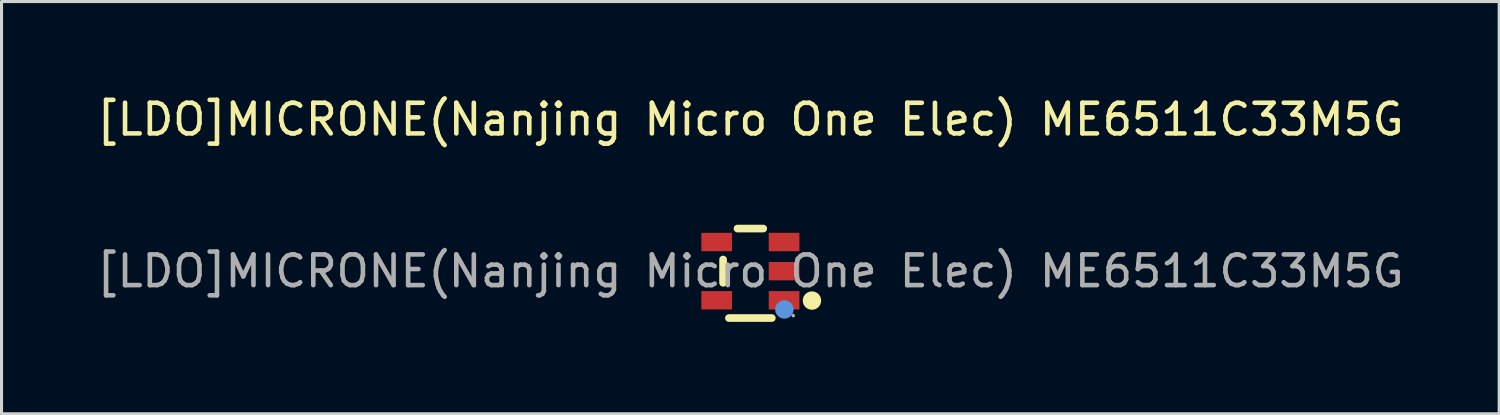
<source format=kicad_pcb>
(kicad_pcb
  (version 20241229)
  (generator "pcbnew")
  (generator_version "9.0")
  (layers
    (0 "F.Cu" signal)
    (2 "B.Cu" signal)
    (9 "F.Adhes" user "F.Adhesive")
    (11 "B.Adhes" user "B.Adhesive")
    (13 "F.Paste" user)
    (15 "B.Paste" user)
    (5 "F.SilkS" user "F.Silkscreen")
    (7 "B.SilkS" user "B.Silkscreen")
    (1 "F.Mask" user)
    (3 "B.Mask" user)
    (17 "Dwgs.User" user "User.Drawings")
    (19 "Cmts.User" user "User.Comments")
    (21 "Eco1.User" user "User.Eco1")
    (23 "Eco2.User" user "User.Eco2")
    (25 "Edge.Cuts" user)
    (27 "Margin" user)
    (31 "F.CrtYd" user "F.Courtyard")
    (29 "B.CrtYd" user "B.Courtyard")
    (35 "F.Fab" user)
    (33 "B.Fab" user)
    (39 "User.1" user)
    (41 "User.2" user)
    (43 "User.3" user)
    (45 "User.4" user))
  (footprint "[LDO]MICRONE(Nanjing Micro One Elec) ME6511C33M5G"
    (layer "F.Cu")
    (at 21.435 5.798)
    (property "Reference" "[LDO]MICRONE(Nanjing Micro One Elec) ME6511C33M5G" (at 0 -4.95 0) (layer "F.SilkS") (effects (font (size 1 1) (thickness 0.15))))
    (attr smd)
    (fp_line (start -0.89 0.38) (end -0.89 -0.38) (stroke (width 0.25) (type solid)) (layer "F.SilkS"))
    (fp_line (start -0.7 1.53) (end 0.7 1.53) (stroke (width 0.25) (type solid)) (layer "F.SilkS"))
    (fp_line (start -0.42 -1.39) (end 0.42 -1.39) (stroke (width 0.25) (type solid)) (layer "F.SilkS"))
    (fp_circle (center 2.01 0.96) (end 2.16 0.96) (stroke (width 0.3) (type solid)) (fill no) (layer "F.SilkS"))
    (fp_circle (center 1.11 1.25) (end 1.26 1.25) (stroke (width 0.3) (type solid)) (fill no) (layer "Cmts.User"))
    (fp_circle (center 1.4 1.45) (end 1.43 1.45) (stroke (width 0.06) (type solid)) (fill no) (layer "F.Fab"))
    (fp_text user "${REFERENCE}" (at 0 0 0) (layer "F.Fab") (effects (font (size 1 1) (thickness 0.15))))
    (pad "1" smd rect (at 1.1 0.95 90) (size 0.6 1) (layers "F.Cu" "F.Mask" "F.Paste"))
    (pad "2" smd rect (at 1.1 0 90) (size 0.6 1) (layers "F.Cu" "F.Mask" "F.Paste"))
    (pad "3" smd rect (at 1.1 -0.95 90) (size 0.6 1) (layers "F.Cu" "F.Mask" "F.Paste"))
    (pad "4" smd rect (at -1.1 -0.95 90) (size 0.6 1) (layers "F.Cu" "F.Mask" "F.Paste"))
    (pad "5" smd rect (at -1.1 0.95 90) (size 0.6 1) (layers "F.Cu" "F.Mask" "F.Paste")))
  (gr_rect
    (start -3 -3)
    (end 45.869 10.453)
    (stroke (width 0.1) (type default))
    (fill no)
    (layer "Edge.Cuts")))
</source>
